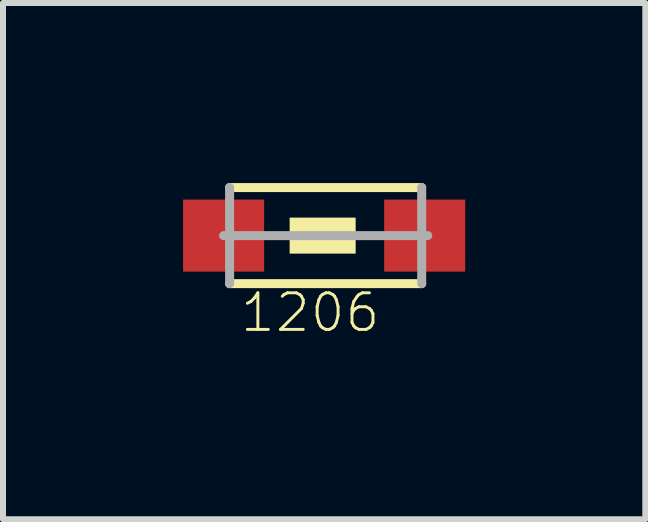
<source format=kicad_pcb>
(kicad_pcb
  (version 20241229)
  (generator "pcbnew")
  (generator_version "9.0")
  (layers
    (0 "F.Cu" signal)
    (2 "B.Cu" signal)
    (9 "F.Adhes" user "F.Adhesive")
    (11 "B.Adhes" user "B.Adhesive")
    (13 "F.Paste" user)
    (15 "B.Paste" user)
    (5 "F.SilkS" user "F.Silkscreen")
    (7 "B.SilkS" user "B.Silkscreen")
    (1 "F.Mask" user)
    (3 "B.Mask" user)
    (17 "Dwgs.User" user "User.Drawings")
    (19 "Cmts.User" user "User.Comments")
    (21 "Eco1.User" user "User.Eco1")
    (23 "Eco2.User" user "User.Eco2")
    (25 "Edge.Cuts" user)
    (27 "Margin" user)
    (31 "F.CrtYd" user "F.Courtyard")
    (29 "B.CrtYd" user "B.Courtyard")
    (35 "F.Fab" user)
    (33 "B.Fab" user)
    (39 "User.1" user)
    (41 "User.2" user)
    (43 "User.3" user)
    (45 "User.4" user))
  (footprint "1206"
    (layer "F.Cu")
    (at 2.375 0.875)
    (property "Reference" "1206" (at -0.258 1.283 0) (layer "F.SilkS") (effects (font (size 0.61 0.61) (thickness 0.049))))
    (attr through_hole)
    (fp_line (start -1.6 -0.8) (end 1.6 -0.8) (stroke (width 0.15) (type solid)) (layer "F.SilkS"))
    (fp_line (start 1.6 0.8) (end -1.6 0.8) (stroke (width 0.15) (type solid)) (layer "F.SilkS"))
    (fp_poly (pts (xy -0.6 -0.3) (xy 0.5 -0.3) (xy 0.5 0.3) (xy -0.6 0.3)) (stroke (width 0) (type solid)) (fill yes) (layer "F.SilkS"))
    (fp_line (start -1.7 0) (end 1.7 0) (stroke (width 0.15) (type solid)) (layer "F.Fab"))
    (fp_line (start -1.6 0.8) (end -1.6 -0.8) (stroke (width 0.15) (type solid)) (layer "F.Fab"))
    (fp_line (start 1.6 -0.8) (end 1.6 0.8) (stroke (width 0.15) (type solid)) (layer "F.Fab"))
    (pad "1" smd rect (at -1.7 0) (size 1.35 1.2) (layers "F.Cu" "F.Mask" "F.Paste"))
    (pad "2" smd rect (at 1.65 0) (size 1.35 1.2) (layers "F.Cu" "F.Mask" "F.Paste")))
  (gr_rect
    (start -3 -3)
    (end 7.7 5.6)
    (stroke (width 0.1) (type default))
    (fill no)
    (layer "Edge.Cuts")))
</source>
